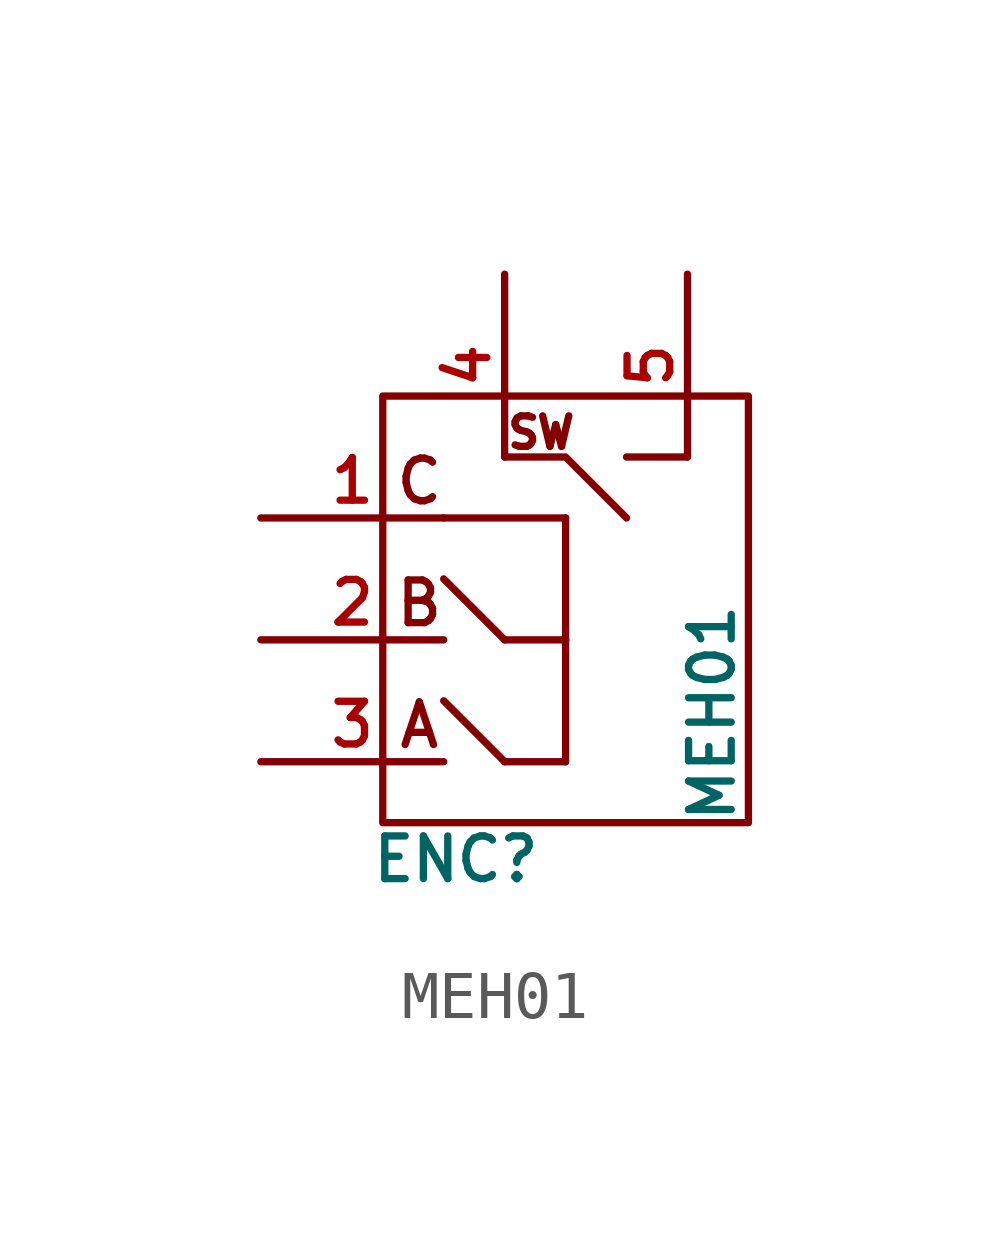
<source format=kicad_sym>
(kicad_symbol_lib
  (version 20241209)
  (generator "kicad_symbol_editor")
  (generator_version "9.0")
  (symbol "MEH01"
    (property "Reference" "ENC"
      (at -2.286 -5.842 0)
      (do_not_autoplace)
      (effects (font (size 0.889 0.889))))
    (property "Value" "MEH01"
      (at 3.048 -2.794 90)
      (do_not_autoplace)
      (effects (font (size 0.889 0.889))))
    (symbol "MEH01_0_1"
      (rectangle (start -3.81 3.81) (end 3.81 -5.08) (stroke (width 0) (type default)) (fill (type none)))
      (polyline (pts (xy -2.54 1.27) (xy 0 1.27)) (stroke (width 0) (type default)) (fill (type none)))
      (polyline (pts (xy -1.27 2.54) (xy 0 2.54) (xy 1.27 1.27)) (stroke (width 0) (type default)) (fill (type none)))
      (polyline (pts (xy -1.27 -1.27) (xy -2.54 0)) (stroke (width 0) (type default)) (fill (type none)))
      (polyline (pts (xy -1.27 -1.27) (xy 0 -1.27)) (stroke (width 0) (type default)) (fill (type none)))
      (polyline (pts (xy -1.27 -3.81) (xy -2.54 -2.54)) (stroke (width 0) (type default)) (fill (type none)))
      (polyline (pts (xy 0 1.27) (xy 0 -3.81)) (stroke (width 0) (type default)) (fill (type none)))
      (polyline (pts (xy 0 -1.27) (xy 0 -1.27)) (stroke (width 0) (type default)) (fill (type none)))
      (polyline (pts (xy 0 -3.81) (xy -1.27 -3.81)) (stroke (width 0) (type default)) (fill (type none)))
      (polyline (pts (xy 2.54 2.54) (xy 1.27 2.54)) (stroke (width 0) (type default)) (fill (type none))))
    (symbol "MEH01_1_1"
      (text "C" (at -3.048 2.032 0) (effects (font (size 0.889 0.889))))
      (text "B" (at -3.048 -0.508 0) (effects (font (size 0.889 0.889))))
      (text "A" (at -3.048 -3.048 0) (effects (font (size 0.889 0.889))))
      (text "SW" (at -0.508 3.048 0) (effects (font (size 0.635 0.635))))
      (pin input line (at -6.35 1.27 0) (length 3.81) (name "" (effects (font (size 0.889 0.889)))) (number "1" (effects (font (size 0.889 0.889)))))
      (pin output line (at -6.35 -1.27 0) (length 3.81) (name "" (effects (font (size 0.889 0.889)))) (number "2" (effects (font (size 0.889 0.889)))))
      (pin output line (at -6.35 -3.81 0) (length 3.81) (name "" (effects (font (size 0.889 0.889)))) (number "3" (effects (font (size 0.889 0.889)))))
      (pin bidirectional line (at -1.27 6.35 270) (length 3.81) (name "" (effects (font (size 0.889 0.889)))) (number "4" (effects (font (size 0.889 0.889)))))
      (pin bidirectional line (at 2.54 6.35 270) (length 3.81) (name "" (effects (font (size 0.889 0.889)))) (number "5" (effects (font (size 0.889 0.889))))))))
</source>
